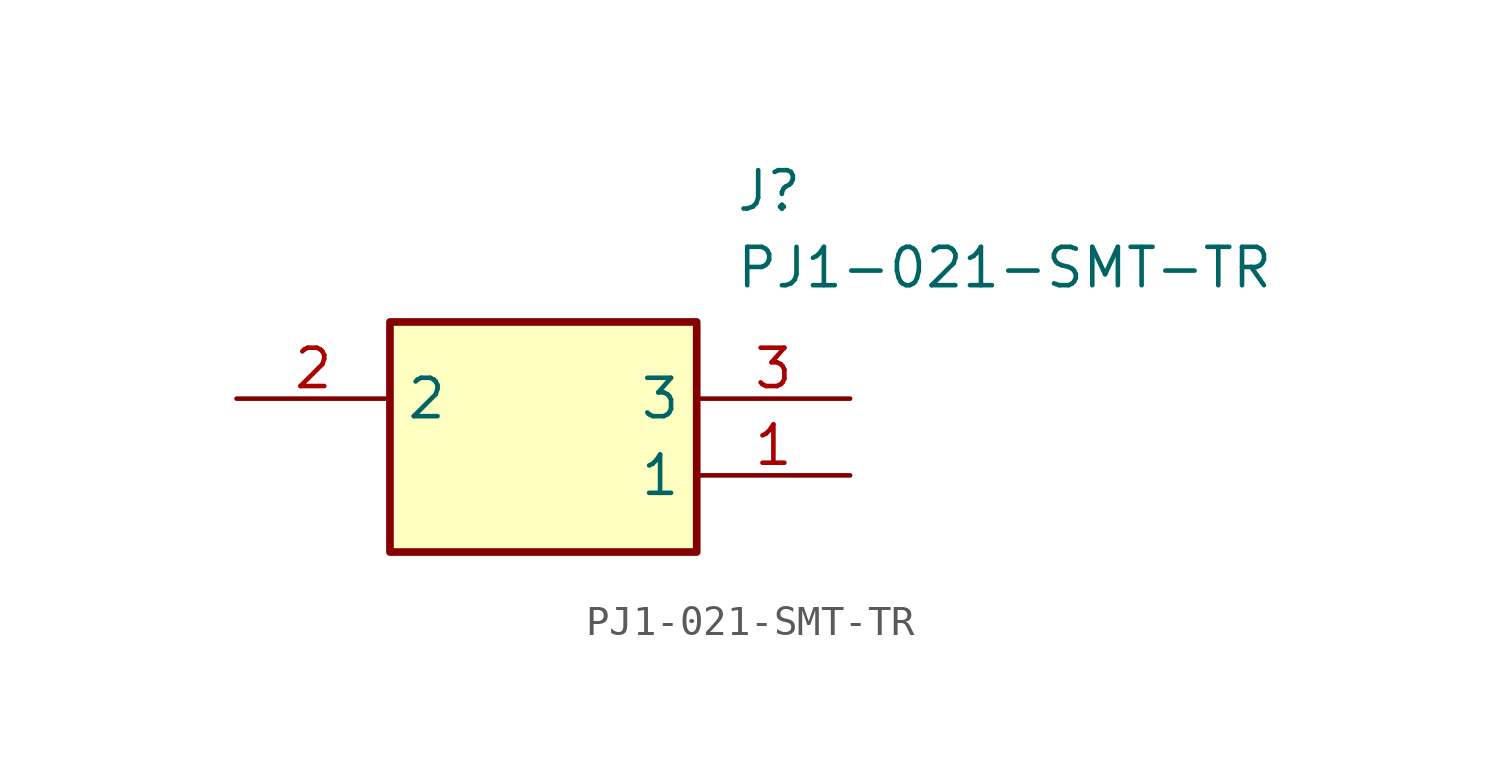
<source format=kicad_sym>
(kicad_symbol_lib
  (version 20211014)
  (generator SamacSys_ECAD_Model)
  (symbol "PJ1-021-SMT-TR"
    (property "Reference" "J"
      (at 16.51 7.62 0)
      (effects (font (size 1.27 1.27)) (justify left top)))
    (property "Value" "PJ1-021-SMT-TR"
      (at 16.51 5.08 0)
      (effects (font (size 1.27 1.27)) (justify left top)))
    (rectangle
      (start 5.08 2.54)
      (end 15.24 -5.08)
      (stroke (width 0.254) (type default))
      (fill (type background)))
    (pin passive line
      (at 20.32 -2.54 180)
      (length 5.08)
      (name "1" (effects (font (size 1.27 1.27))))
      (number "1" (effects (font (size 1.27 1.27)))))
    (pin passive line
      (at 0 0 0)
      (length 5.08)
      (name "2" (effects (font (size 1.27 1.27))))
      (number "2" (effects (font (size 1.27 1.27)))))
    (pin passive line
      (at 20.32 0 180)
      (length 5.08)
      (name "3" (effects (font (size 1.27 1.27))))
      (number "3" (effects (font (size 1.27 1.27)))))))
</source>
